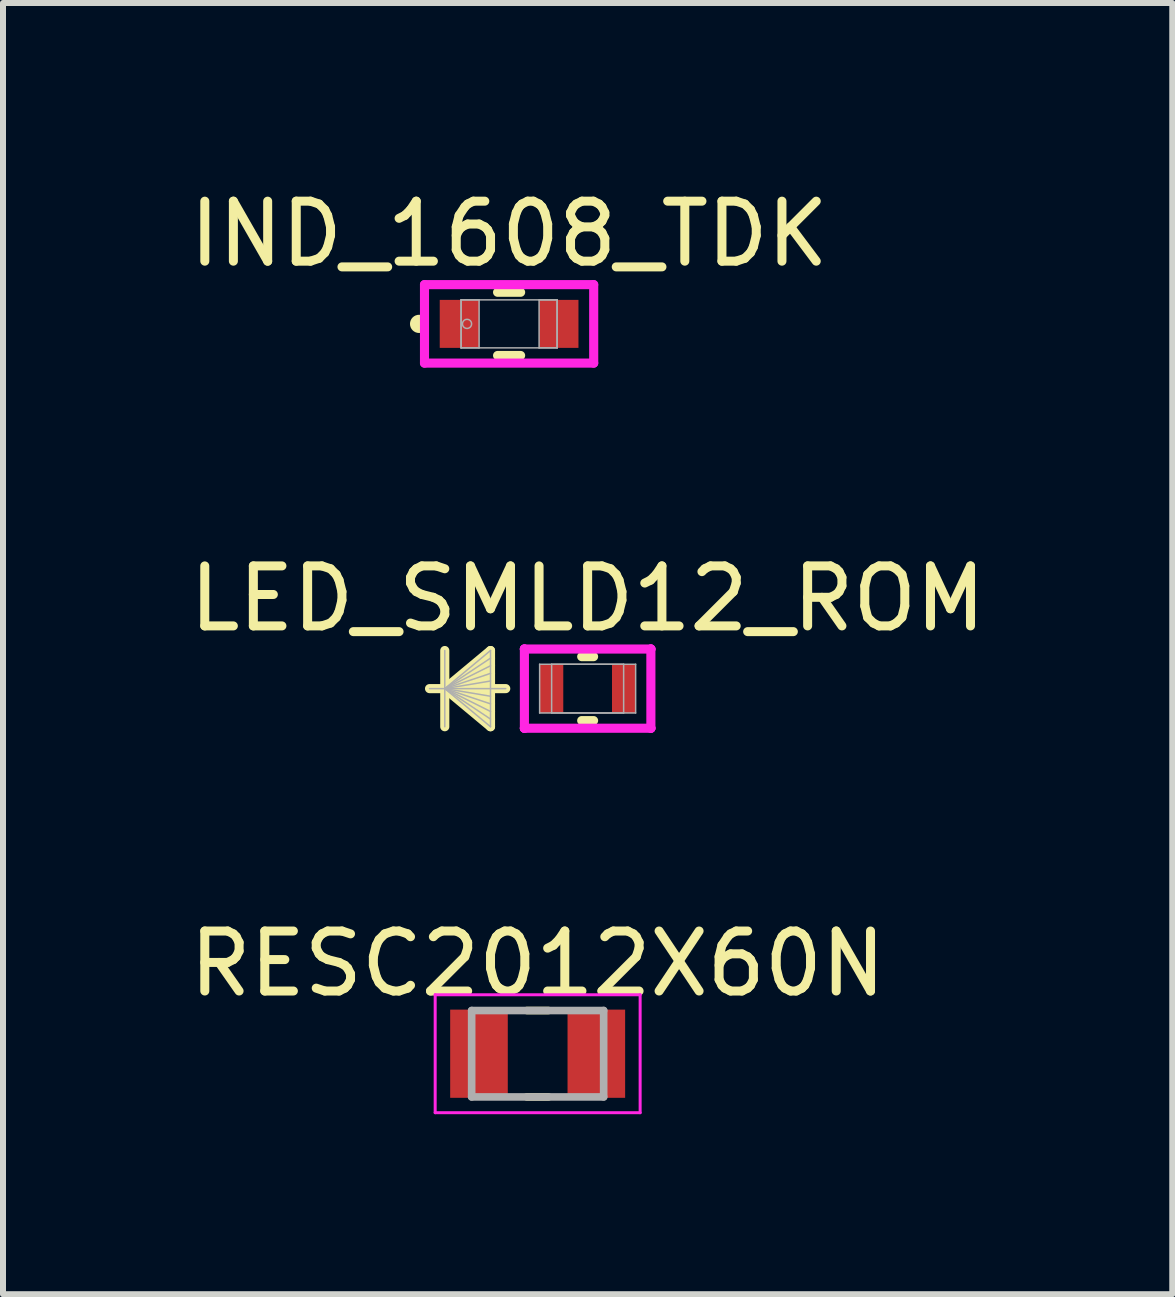
<source format=kicad_pcb>
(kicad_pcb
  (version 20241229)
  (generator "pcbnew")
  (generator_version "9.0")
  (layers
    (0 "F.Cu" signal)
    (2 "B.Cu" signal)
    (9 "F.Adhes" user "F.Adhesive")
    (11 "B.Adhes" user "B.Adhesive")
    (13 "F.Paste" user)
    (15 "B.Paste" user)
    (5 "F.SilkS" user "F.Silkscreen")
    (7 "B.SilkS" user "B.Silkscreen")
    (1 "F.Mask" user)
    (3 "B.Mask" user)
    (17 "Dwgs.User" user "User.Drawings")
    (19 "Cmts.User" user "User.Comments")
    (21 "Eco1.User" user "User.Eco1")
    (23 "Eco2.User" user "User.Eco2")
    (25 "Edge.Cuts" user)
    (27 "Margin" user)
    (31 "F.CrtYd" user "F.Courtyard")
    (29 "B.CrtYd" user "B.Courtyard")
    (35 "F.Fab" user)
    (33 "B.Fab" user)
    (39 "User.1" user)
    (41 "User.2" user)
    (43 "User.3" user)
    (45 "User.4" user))
  (footprint "RESC2012X60N"
    (layer "F.Cu")
    (at 5.911 14.512)
    (property "Reference" "RESC2012X60N" (at 0 -1.5 0) (layer "F.SilkS") (effects (font (size 1 1) (thickness 0.15))))
    (attr smd)
    (fp_line (start -0.18 -0.72) (end 0.18 -0.72) (stroke (width 0.127) (type solid)) (layer "F.SilkS"))
    (fp_line (start -0.18 0.72) (end 0.18 0.72) (stroke (width 0.127) (type solid)) (layer "F.SilkS"))
    (fp_line (start -1.708 -0.983) (end 1.708 -0.983) (stroke (width 0.05) (type solid)) (layer "F.CrtYd"))
    (fp_line (start -1.708 0.983) (end -1.708 -0.983) (stroke (width 0.05) (type solid)) (layer "F.CrtYd"))
    (fp_line (start -1.708 0.983) (end 1.708 0.983) (stroke (width 0.05) (type solid)) (layer "F.CrtYd"))
    (fp_line (start 1.708 0.983) (end 1.708 -0.983) (stroke (width 0.05) (type solid)) (layer "F.CrtYd"))
    (fp_line (start -1.1 0.72) (end -1.1 -0.72) (stroke (width 0.127) (type solid)) (layer "F.Fab"))
    (fp_line (start 1.1 -0.72) (end -1.1 -0.72) (stroke (width 0.127) (type solid)) (layer "F.Fab"))
    (fp_line (start 1.1 0.72) (end -1.1 0.72) (stroke (width 0.127) (type solid)) (layer "F.Fab"))
    (fp_line (start 1.1 0.72) (end 1.1 -0.72) (stroke (width 0.127) (type solid)) (layer "F.Fab"))
    (pad "1" smd rect (at -0.978 0) (size 0.96 1.47) (layers "F.Cu" "F.Mask" "F.Paste"))
    (pad "2" smd rect (at 0.978 0) (size 0.96 1.47) (layers "F.Cu" "F.Mask" "F.Paste")))
  (footprint "LED_SMLD12_ROM"
    (layer "F.Cu")
    (at 6.744 8.427)
    (property "Reference" "LED_SMLD12_ROM" (at 0 -1.5 0) (unlocked yes) (layer "F.SilkS") (effects (font (size 1 1) (thickness 0.15))))
    (attr smd)
    (fp_line (start -2.381 -0.635) (end -2.381 0.635) (stroke (width 0.152) (type solid)) (layer "F.SilkS"))
    (fp_line (start -2.381 0) (end -1.619 -0.635) (stroke (width 0.152) (type solid)) (layer "F.SilkS"))
    (fp_line (start -2.381 0) (end -1.619 -0.508) (stroke (width 0.152) (type solid)) (layer "F.SilkS"))
    (fp_line (start -2.381 0) (end -1.619 -0.381) (stroke (width 0.152) (type solid)) (layer "F.SilkS"))
    (fp_line (start -2.381 0) (end -1.619 -0.254) (stroke (width 0.152) (type solid)) (layer "F.SilkS"))
    (fp_line (start -2.381 0) (end -1.619 -0.127) (stroke (width 0.152) (type solid)) (layer "F.SilkS"))
    (fp_line (start -2.381 0) (end -1.619 0.127) (stroke (width 0.152) (type solid)) (layer "F.SilkS"))
    (fp_line (start -2.381 0) (end -1.619 0.254) (stroke (width 0.152) (type solid)) (layer "F.SilkS"))
    (fp_line (start -2.381 0) (end -1.619 0.381) (stroke (width 0.152) (type solid)) (layer "F.SilkS"))
    (fp_line (start -2.381 0) (end -1.619 0.508) (stroke (width 0.152) (type solid)) (layer "F.SilkS"))
    (fp_line (start -2.381 0) (end -1.619 0.635) (stroke (width 0.152) (type solid)) (layer "F.SilkS"))
    (fp_line (start -1.619 -0.635) (end -1.619 0.635) (stroke (width 0.152) (type solid)) (layer "F.SilkS"))
    (fp_line (start -1.365 0) (end -2.635 0) (stroke (width 0.152) (type solid)) (layer "F.SilkS"))
    (fp_line (start -0.099 0.533) (end 0.099 0.533) (stroke (width 0.152) (type solid)) (layer "F.SilkS"))
    (fp_line (start 0.099 -0.533) (end -0.099 -0.533) (stroke (width 0.152) (type solid)) (layer "F.SilkS"))
    (fp_line (start -1.054 -0.66) (end -1.054 -0.66) (stroke (width 0.152) (type solid)) (layer "F.CrtYd"))
    (fp_line (start -1.054 -0.66) (end -1.054 -0.66) (stroke (width 0.152) (type solid)) (layer "F.CrtYd"))
    (fp_line (start -1.054 -0.66) (end 1.054 -0.66) (stroke (width 0.152) (type solid)) (layer "F.CrtYd"))
    (fp_line (start -1.054 0.66) (end -1.054 -0.66) (stroke (width 0.152) (type solid)) (layer "F.CrtYd"))
    (fp_line (start -1.054 0.66) (end -1.054 0.66) (stroke (width 0.152) (type solid)) (layer "F.CrtYd"))
    (fp_line (start -1.054 0.66) (end -1.054 0.66) (stroke (width 0.152) (type solid)) (layer "F.CrtYd"))
    (fp_line (start 1.054 -0.66) (end 1.054 -0.66) (stroke (width 0.152) (type solid)) (layer "F.CrtYd"))
    (fp_line (start 1.054 -0.66) (end 1.054 -0.66) (stroke (width 0.152) (type solid)) (layer "F.CrtYd"))
    (fp_line (start 1.054 -0.66) (end 1.054 0.66) (stroke (width 0.152) (type solid)) (layer "F.CrtYd"))
    (fp_line (start 1.054 0.66) (end -1.054 0.66) (stroke (width 0.152) (type solid)) (layer "F.CrtYd"))
    (fp_line (start 1.054 0.66) (end 1.054 0.66) (stroke (width 0.152) (type solid)) (layer "F.CrtYd"))
    (fp_line (start 1.054 0.66) (end 1.054 0.66) (stroke (width 0.152) (type solid)) (layer "F.CrtYd"))
    (fp_line (start -2.381 -0.635) (end -2.381 0.635) (stroke (width 0.025) (type solid)) (layer "F.Fab"))
    (fp_line (start -2.381 0) (end -1.619 -0.635) (stroke (width 0.025) (type solid)) (layer "F.Fab"))
    (fp_line (start -2.381 0) (end -1.619 -0.508) (stroke (width 0.025) (type solid)) (layer "F.Fab"))
    (fp_line (start -2.381 0) (end -1.619 -0.381) (stroke (width 0.025) (type solid)) (layer "F.Fab"))
    (fp_line (start -2.381 0) (end -1.619 -0.254) (stroke (width 0.025) (type solid)) (layer "F.Fab"))
    (fp_line (start -2.381 0) (end -1.619 -0.127) (stroke (width 0.025) (type solid)) (layer "F.Fab"))
    (fp_line (start -2.381 0) (end -1.619 0.127) (stroke (width 0.025) (type solid)) (layer "F.Fab"))
    (fp_line (start -2.381 0) (end -1.619 0.254) (stroke (width 0.025) (type solid)) (layer "F.Fab"))
    (fp_line (start -2.381 0) (end -1.619 0.381) (stroke (width 0.025) (type solid)) (layer "F.Fab"))
    (fp_line (start -2.381 0) (end -1.619 0.508) (stroke (width 0.025) (type solid)) (layer "F.Fab"))
    (fp_line (start -2.381 0) (end -1.619 0.635) (stroke (width 0.025) (type solid)) (layer "F.Fab"))
    (fp_line (start -1.619 -0.635) (end -1.619 0.635) (stroke (width 0.025) (type solid)) (layer "F.Fab"))
    (fp_line (start -1.365 0) (end -2.635 0) (stroke (width 0.025) (type solid)) (layer "F.Fab"))
    (fp_line (start -0.8 -0.406) (end -0.8 0.406) (stroke (width 0.025) (type solid)) (layer "F.Fab"))
    (fp_line (start -0.8 0.406) (end 0.8 0.406) (stroke (width 0.025) (type solid)) (layer "F.Fab"))
    (fp_line (start -0.6 -0.406) (end -0.6 0.406) (stroke (width 0.025) (type solid)) (layer "F.Fab"))
    (fp_line (start -0.6 0.406) (end 0.6 0.406) (stroke (width 0.025) (type solid)) (layer "F.Fab"))
    (fp_line (start 0.6 -0.406) (end -0.6 -0.406) (stroke (width 0.025) (type solid)) (layer "F.Fab"))
    (fp_line (start 0.6 0.406) (end 0.6 -0.406) (stroke (width 0.025) (type solid)) (layer "F.Fab"))
    (fp_line (start 0.8 -0.406) (end -0.8 -0.406) (stroke (width 0.025) (type solid)) (layer "F.Fab"))
    (fp_line (start 0.8 0.406) (end 0.8 -0.406) (stroke (width 0.025) (type solid)) (layer "F.Fab"))
    (pad "1" smd rect (at -0.603 0) (size 0.394 0.813) (layers "F.Cu" "F.Mask" "F.Paste"))
    (pad "2" smd rect (at 0.603 0) (size 0.394 0.813) (layers "F.Cu" "F.Mask" "F.Paste"))
    (zone (net_name "") (layer "F.Cu") (hatch full 0.508) (connect_pads) (min_thickness 0.254) (filled_areas_thickness no) (keepout (tracks not_allowed) (vias not_allowed) (pads allowed) (copperpour not_allowed) (footprints allowed)) (placement (enabled no)) (fill) (polygon (pts (xy 6.388 8.071) (xy 7.1 8.071) (xy 7.1 8.782) (xy 6.388 8.782)))))
  (footprint "IND_1608_TDK"
    (layer "F.Cu")
    (at 5.435 2.348)
    (property "Reference" "IND_1608_TDK" (at 0 -1.5 0) (unlocked yes) (layer "F.SilkS") (effects (font (size 1 1) (thickness 0.15))))
    (attr smd)
    (fp_line (start -0.192 0.527) (end 0.192 0.527) (stroke (width 0.152) (type solid)) (layer "F.SilkS"))
    (fp_line (start 0.192 -0.527) (end -0.192 -0.527) (stroke (width 0.152) (type solid)) (layer "F.SilkS"))
    (fp_circle (center -1.5 0) (end -1.424 0) (stroke (width 0.152) (type solid)) (fill no) (layer "F.SilkS"))
    (fp_line (start -1.41 -0.654) (end 1.41 -0.654) (stroke (width 0.152) (type solid)) (layer "F.CrtYd"))
    (fp_line (start -1.41 0.654) (end -1.41 -0.654) (stroke (width 0.152) (type solid)) (layer "F.CrtYd"))
    (fp_line (start 1.41 -0.654) (end 1.41 0.654) (stroke (width 0.152) (type solid)) (layer "F.CrtYd"))
    (fp_line (start 1.41 0.654) (end -1.41 0.654) (stroke (width 0.152) (type solid)) (layer "F.CrtYd"))
    (fp_line (start -0.8 -0.4) (end -0.8 0.4) (stroke (width 0.025) (type solid)) (layer "F.Fab"))
    (fp_line (start -0.8 -0.4) (end -0.8 0.4) (stroke (width 0.025) (type solid)) (layer "F.Fab"))
    (fp_line (start -0.8 0.4) (end -0.5 0.4) (stroke (width 0.025) (type solid)) (layer "F.Fab"))
    (fp_line (start -0.8 0.4) (end 0.8 0.4) (stroke (width 0.025) (type solid)) (layer "F.Fab"))
    (fp_line (start -0.5 -0.4) (end -0.8 -0.4) (stroke (width 0.025) (type solid)) (layer "F.Fab"))
    (fp_line (start -0.5 0.4) (end -0.5 -0.4) (stroke (width 0.025) (type solid)) (layer "F.Fab"))
    (fp_line (start 0.5 -0.4) (end 0.5 0.4) (stroke (width 0.025) (type solid)) (layer "F.Fab"))
    (fp_line (start 0.5 0.4) (end 0.8 0.4) (stroke (width 0.025) (type solid)) (layer "F.Fab"))
    (fp_line (start 0.8 -0.4) (end -0.8 -0.4) (stroke (width 0.025) (type solid)) (layer "F.Fab"))
    (fp_line (start 0.8 -0.4) (end 0.5 -0.4) (stroke (width 0.025) (type solid)) (layer "F.Fab"))
    (fp_line (start 0.8 0.4) (end 0.8 -0.4) (stroke (width 0.025) (type solid)) (layer "F.Fab"))
    (fp_line (start 0.8 0.4) (end 0.8 -0.4) (stroke (width 0.025) (type solid)) (layer "F.Fab"))
    (fp_circle (center -0.701 0) (end -0.625 0) (stroke (width 0.025) (type solid)) (fill no) (layer "F.Fab"))
    (pad "1" smd rect (at -0.828 0) (size 0.656 0.8) (layers "F.Cu" "F.Mask" "F.Paste"))
    (pad "2" smd rect (at 0.828 0) (size 0.656 0.8) (layers "F.Cu" "F.Mask" "F.Paste"))
    (zone (net_name "") (layer "F.Cu") (hatch full 0.508) (connect_pads) (min_thickness 0.254) (filled_areas_thickness no) (keepout (tracks not_allowed) (vias not_allowed) (pads allowed) (copperpour not_allowed) (footprints allowed)) (placement (enabled no)) (fill) (polygon (pts (xy 4.985 1.999) (xy 5.884 1.999) (xy 5.884 2.697) (xy 4.985 2.697)))))
  (gr_rect
    (start -3 -3)
    (end 16.488 18.52)
    (stroke (width 0.1) (type default))
    (fill no)
    (layer "Edge.Cuts")))
</source>
